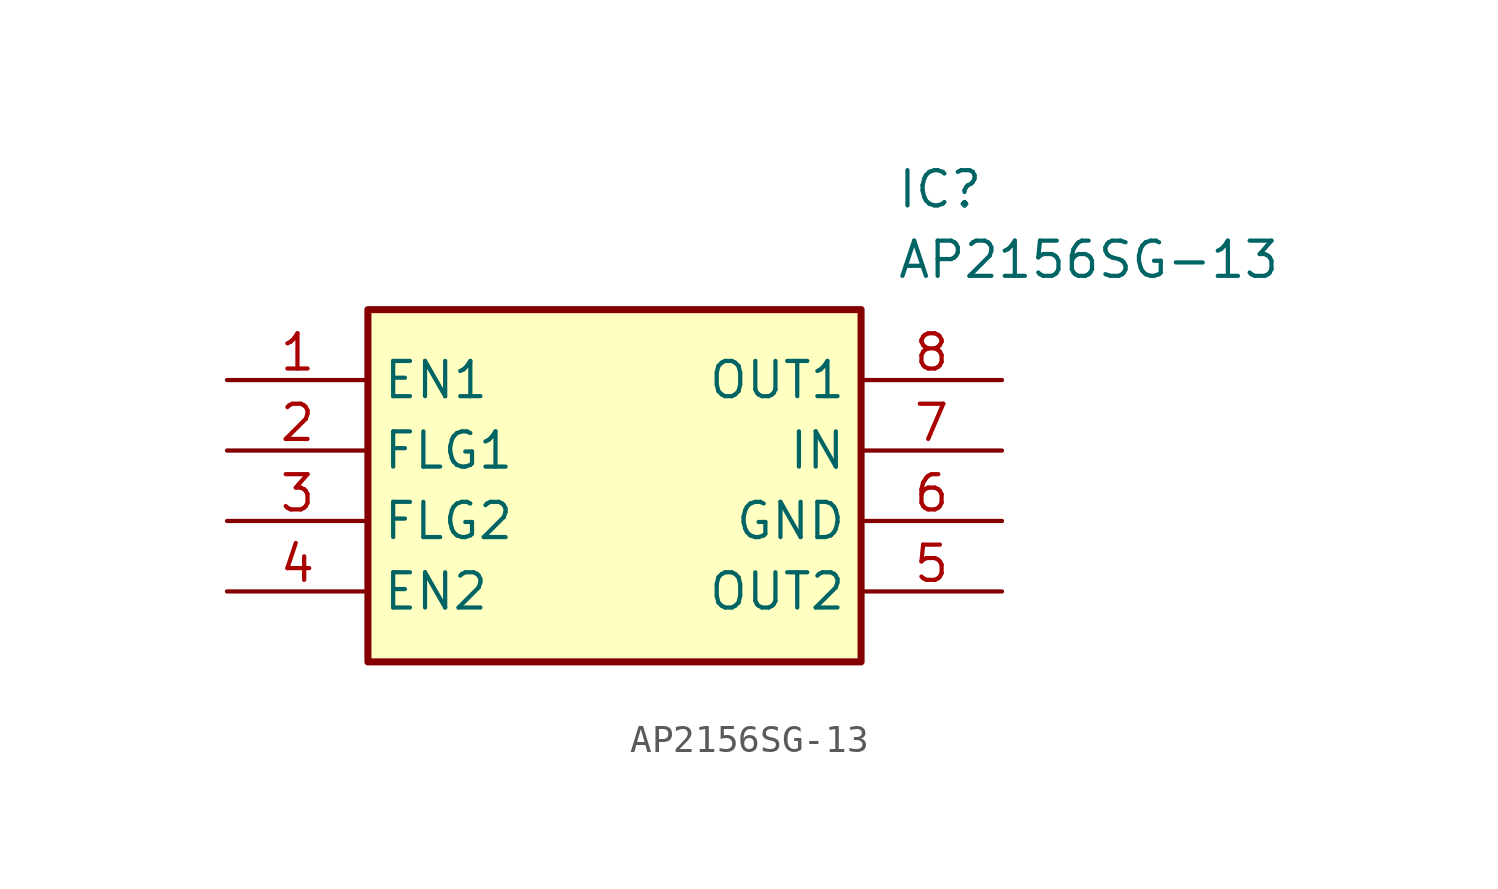
<source format=kicad_sym>
(kicad_symbol_lib
  (version 20211014)
  (generator SamacSys_ECAD_Model)
  (symbol "AP2156SG-13"
    (property "Reference" "IC"
      (at 24.13 7.62 0)
      (effects (font (size 1.27 1.27)) (justify left top)))
    (property "Value" "AP2156SG-13"
      (at 24.13 5.08 0)
      (effects (font (size 1.27 1.27)) (justify left top)))
    (rectangle
      (start 5.08 2.54)
      (end 22.86 -10.16)
      (stroke (width 0.254) (type default))
      (fill (type background)))
    (pin passive line
      (at 0 0 0)
      (length 5.08)
      (name "EN1" (effects (font (size 1.27 1.27))))
      (number "1" (effects (font (size 1.27 1.27)))))
    (pin passive line
      (at 0 -2.54 0)
      (length 5.08)
      (name "FLG1" (effects (font (size 1.27 1.27))))
      (number "2" (effects (font (size 1.27 1.27)))))
    (pin passive line
      (at 0 -5.08 0)
      (length 5.08)
      (name "FLG2" (effects (font (size 1.27 1.27))))
      (number "3" (effects (font (size 1.27 1.27)))))
    (pin passive line
      (at 0 -7.62 0)
      (length 5.08)
      (name "EN2" (effects (font (size 1.27 1.27))))
      (number "4" (effects (font (size 1.27 1.27)))))
    (pin passive line
      (at 27.94 0 180)
      (length 5.08)
      (name "OUT1" (effects (font (size 1.27 1.27))))
      (number "8" (effects (font (size 1.27 1.27)))))
    (pin passive line
      (at 27.94 -2.54 180)
      (length 5.08)
      (name "IN" (effects (font (size 1.27 1.27))))
      (number "7" (effects (font (size 1.27 1.27)))))
    (pin passive line
      (at 27.94 -5.08 180)
      (length 5.08)
      (name "GND" (effects (font (size 1.27 1.27))))
      (number "6" (effects (font (size 1.27 1.27)))))
    (pin passive line
      (at 27.94 -7.62 180)
      (length 5.08)
      (name "OUT2" (effects (font (size 1.27 1.27))))
      (number "5" (effects (font (size 1.27 1.27)))))))
</source>
